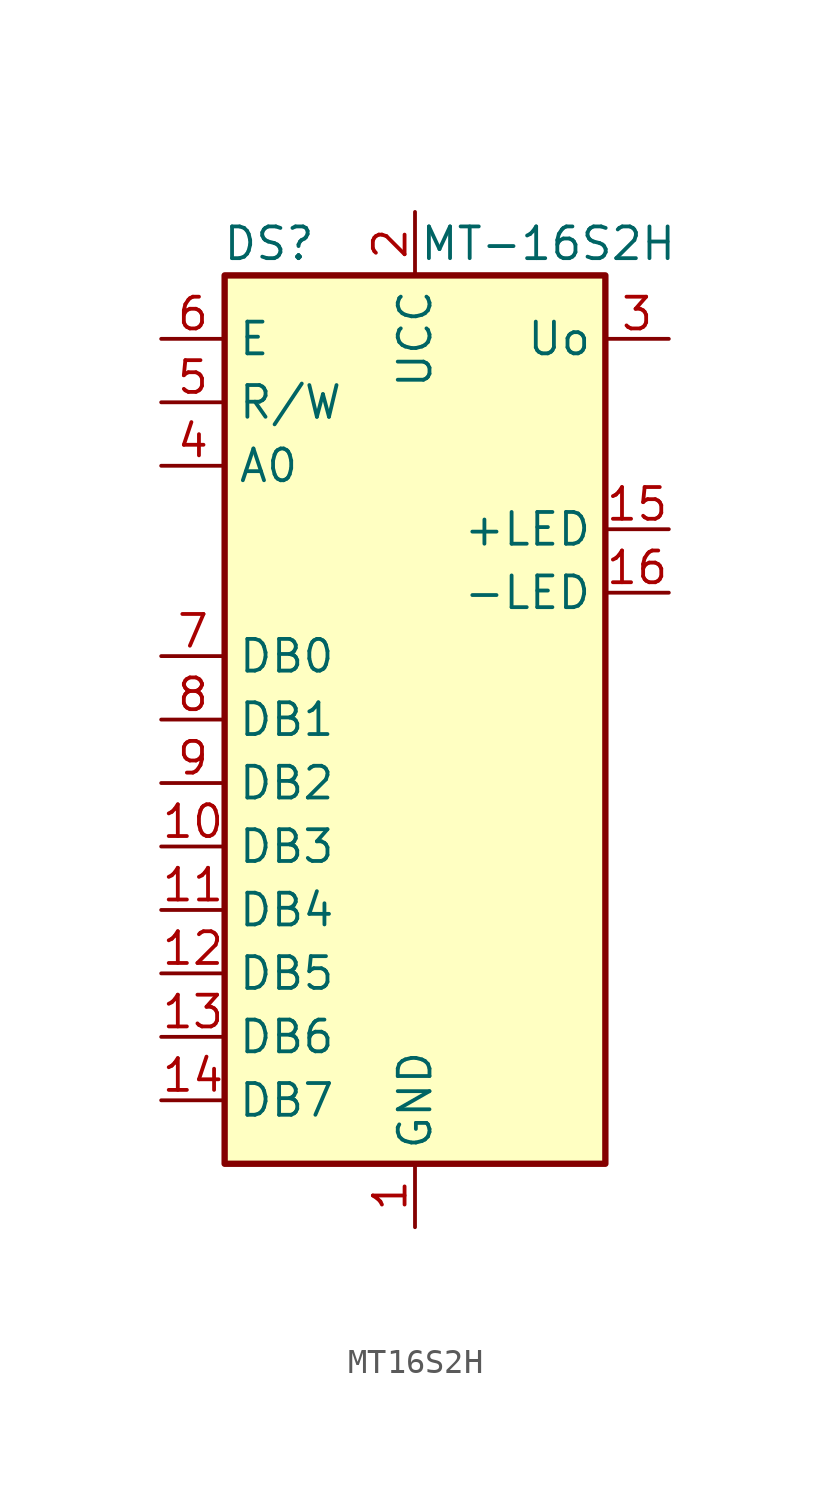
<source format=kicad_sym>
(kicad_symbol_lib
  (version 20220914)
  (generator kicad_symbol_editor)
  (symbol "MT16S2H"
    (property "Reference" "DS"
      (at -5.842 19.05 0)
      (effects (font (size 1.27 1.27))))
    (property "Value" "MT-16S2H"
      (at 5.334 19.05 0)
      (effects (font (size 1.27 1.27))))
    (symbol "MT16S2H_1_1"
      (rectangle (start -7.62 17.78) (end 7.62 -17.78) (stroke (width 0.254) (type default)) (fill (type background)))
      (pin power_in line (at 0 -20.32 90) (length 2.54) (name "GND" (effects (font (size 1.27 1.27)))) (number "1" (effects (font (size 1.27 1.27)))))
      (pin input line (at -10.16 -5.08 0) (length 2.54) (name "DB3" (effects (font (size 1.27 1.27)))) (number "10" (effects (font (size 1.27 1.27)))))
      (pin input line (at -10.16 -7.62 0) (length 2.54) (name "DB4" (effects (font (size 1.27 1.27)))) (number "11" (effects (font (size 1.27 1.27)))))
      (pin input line (at -10.16 -10.16 0) (length 2.54) (name "DB5" (effects (font (size 1.27 1.27)))) (number "12" (effects (font (size 1.27 1.27)))))
      (pin input line (at -10.16 -12.7 0) (length 2.54) (name "DB6" (effects (font (size 1.27 1.27)))) (number "13" (effects (font (size 1.27 1.27)))))
      (pin input line (at -10.16 -15.24 0) (length 2.54) (name "DB7" (effects (font (size 1.27 1.27)))) (number "14" (effects (font (size 1.27 1.27)))))
      (pin power_in line (at 10.16 7.62 180) (length 2.54) (name "+LED" (effects (font (size 1.27 1.27)))) (number "15" (effects (font (size 1.27 1.27)))))
      (pin power_in line (at 10.16 5.08 180) (length 2.54) (name "-LED" (effects (font (size 1.27 1.27)))) (number "16" (effects (font (size 1.27 1.27)))))
      (pin power_in line (at 0 20.32 270) (length 2.54) (name "UCC" (effects (font (size 1.27 1.27)))) (number "2" (effects (font (size 1.27 1.27)))))
      (pin input line (at 10.16 15.24 180) (length 2.54) (name "Uo" (effects (font (size 1.27 1.27)))) (number "3" (effects (font (size 1.27 1.27)))))
      (pin input line (at -10.16 10.16 0) (length 2.54) (name "A0" (effects (font (size 1.27 1.27)))) (number "4" (effects (font (size 1.27 1.27)))))
      (pin input line (at -10.16 12.7 0) (length 2.54) (name "R/W" (effects (font (size 1.27 1.27)))) (number "5" (effects (font (size 1.27 1.27)))))
      (pin input line (at -10.16 15.24 0) (length 2.54) (name "E" (effects (font (size 1.27 1.27)))) (number "6" (effects (font (size 1.27 1.27)))))
      (pin input line (at -10.16 2.54 0) (length 2.54) (name "DB0" (effects (font (size 1.27 1.27)))) (number "7" (effects (font (size 1.27 1.27)))))
      (pin input line (at -10.16 0 0) (length 2.54) (name "DB1" (effects (font (size 1.27 1.27)))) (number "8" (effects (font (size 1.27 1.27)))))
      (pin input line (at -10.16 -2.54 0) (length 2.54) (name "DB2" (effects (font (size 1.27 1.27)))) (number "9" (effects (font (size 1.27 1.27))))))))
</source>
